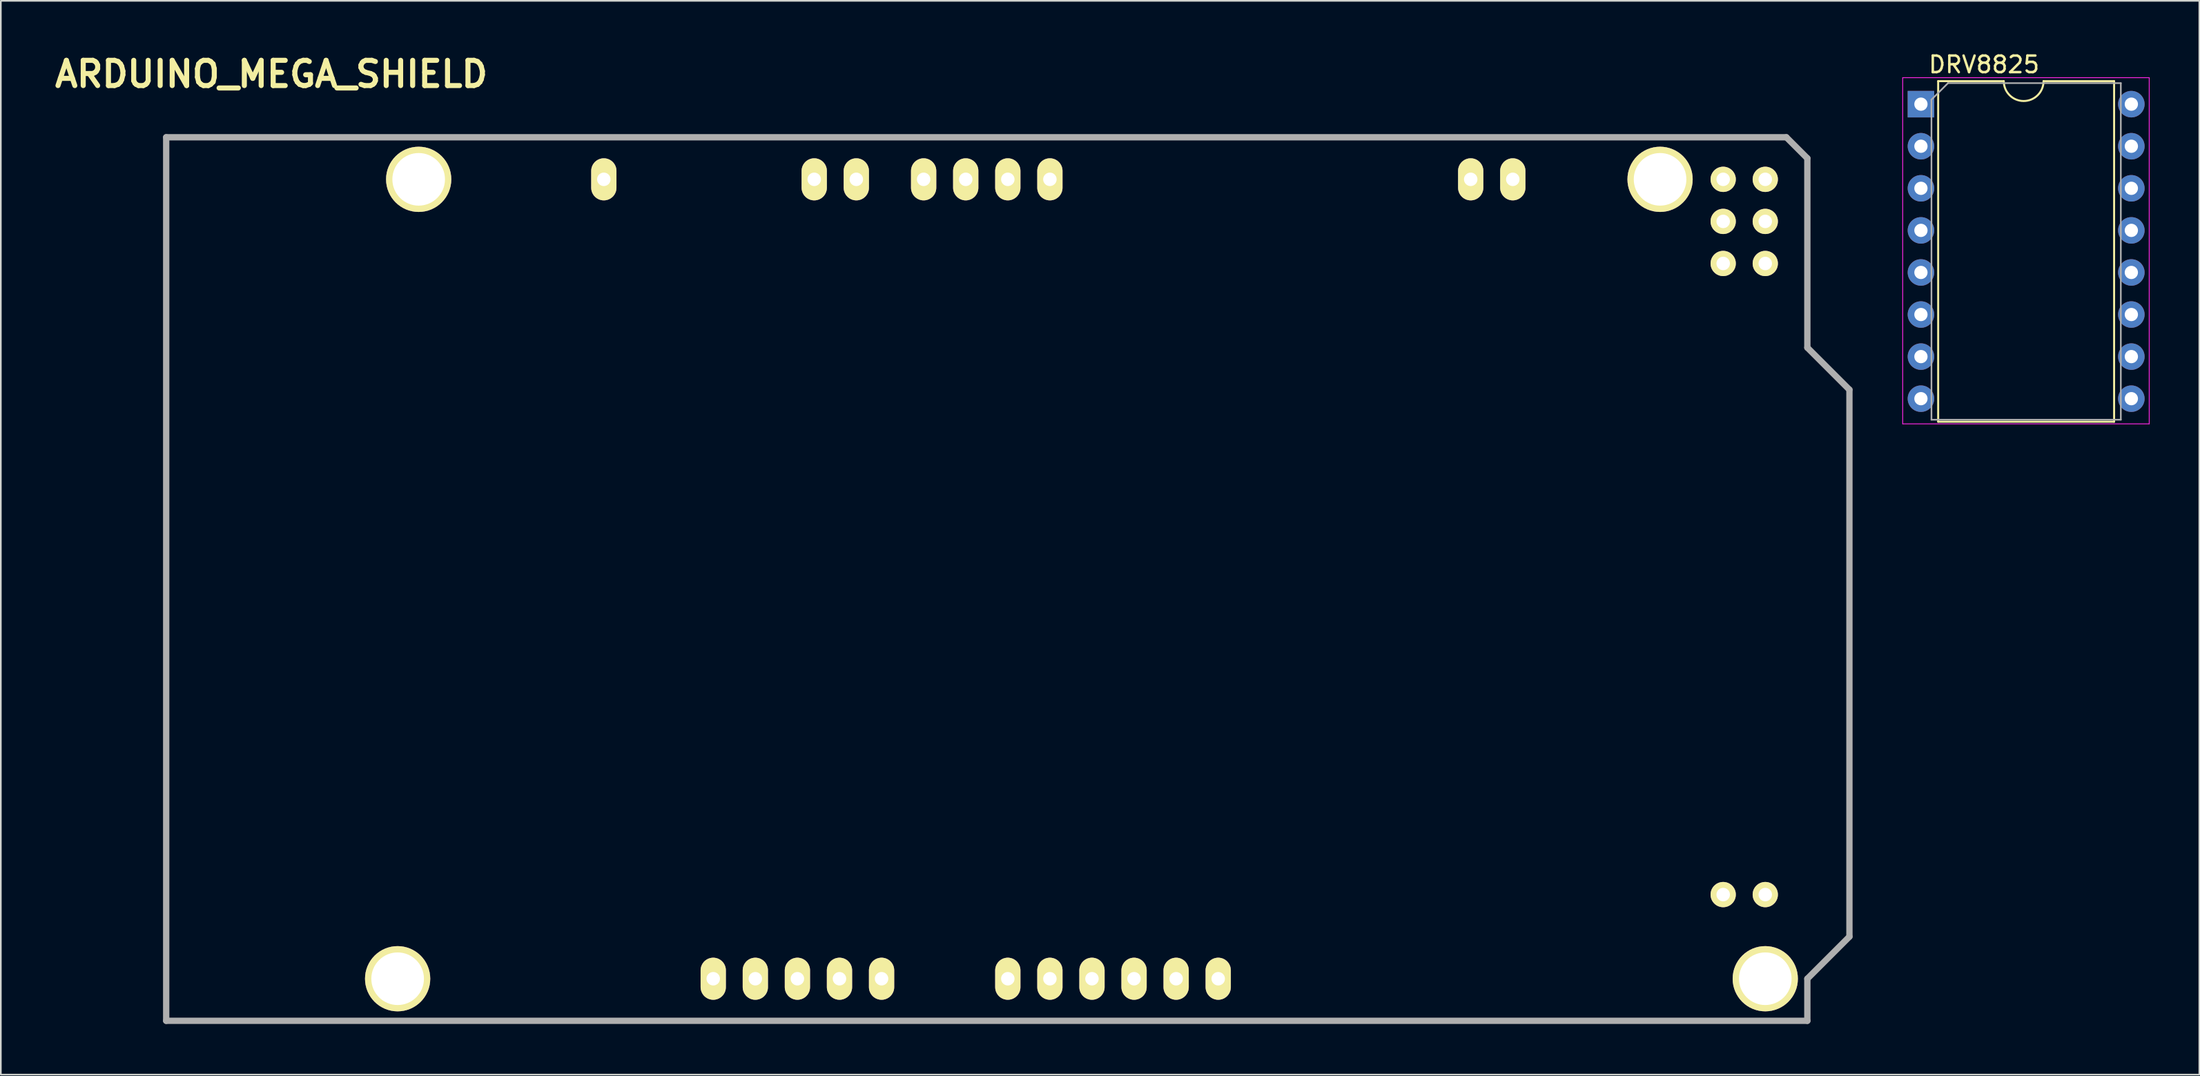
<source format=kicad_pcb>
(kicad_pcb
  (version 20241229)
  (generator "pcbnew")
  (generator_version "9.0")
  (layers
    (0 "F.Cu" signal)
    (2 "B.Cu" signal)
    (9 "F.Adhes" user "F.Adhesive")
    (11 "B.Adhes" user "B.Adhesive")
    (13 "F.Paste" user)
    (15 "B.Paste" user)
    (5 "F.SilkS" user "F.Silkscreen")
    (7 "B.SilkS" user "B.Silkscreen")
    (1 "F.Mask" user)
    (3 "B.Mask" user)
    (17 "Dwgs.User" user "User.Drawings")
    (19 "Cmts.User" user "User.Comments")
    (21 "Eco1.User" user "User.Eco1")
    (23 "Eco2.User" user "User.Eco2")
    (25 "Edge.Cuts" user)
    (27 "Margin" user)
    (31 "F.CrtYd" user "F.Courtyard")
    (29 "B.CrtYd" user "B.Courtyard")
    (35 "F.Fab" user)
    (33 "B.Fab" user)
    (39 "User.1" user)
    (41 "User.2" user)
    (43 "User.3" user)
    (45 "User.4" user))
  (footprint "DRV8825"
    (layer "F.Cu")
    (at 112.897 3.238)
    (property "Reference" "DRV8825" (at 3.81 -2.39 0) (layer "F.SilkS") (effects (font (size 1 1) (thickness 0.15))))
    (attr through_hole)
    (fp_line (start 1.04 -1.39) (end 1.04 19.17) (stroke (width 0.12) (type solid)) (layer "F.SilkS"))
    (fp_line (start 1.04 19.17) (end 11.66 19.17) (stroke (width 0.12) (type solid)) (layer "F.SilkS"))
    (fp_line (start 5 -1.39) (end 1.04 -1.39) (stroke (width 0.12) (type solid)) (layer "F.SilkS"))
    (fp_line (start 11.66 -1.39) (end 7.4 -1.39) (stroke (width 0.12) (type solid)) (layer "F.SilkS"))
    (fp_line (start 11.66 19.17) (end 11.66 -1.39) (stroke (width 0.12) (type solid)) (layer "F.SilkS"))
    (fp_arc (start 7.4 -1.39) (mid 6.2 -0.19) (end 5 -1.39) (stroke (width 0.12) (type solid)) (layer "F.SilkS"))
    (fp_line (start -1.1 -1.6) (end -1.1 19.3) (stroke (width 0.05) (type solid)) (layer "F.CrtYd"))
    (fp_line (start -1.1 19.3) (end 13.78 19.3) (stroke (width 0.05) (type solid)) (layer "F.CrtYd"))
    (fp_line (start 13.78 -1.6) (end -1.1 -1.6) (stroke (width 0.05) (type solid)) (layer "F.CrtYd"))
    (fp_line (start 13.78 19.3) (end 13.78 -1.6) (stroke (width 0.05) (type solid)) (layer "F.CrtYd"))
    (fp_line (start 0.635 -0.27) (end 1.635 -1.27) (stroke (width 0.1) (type solid)) (layer "F.Fab"))
    (fp_line (start 0.635 19.05) (end 0.635 -0.27) (stroke (width 0.1) (type solid)) (layer "F.Fab"))
    (fp_line (start 1.635 -1.27) (end 12.065 -1.27) (stroke (width 0.1) (type solid)) (layer "F.Fab"))
    (fp_line (start 12.065 -1.27) (end 12.065 19.05) (stroke (width 0.1) (type solid)) (layer "F.Fab"))
    (fp_line (start 12.065 19.05) (end 0.635 19.05) (stroke (width 0.1) (type solid)) (layer "F.Fab"))
    (pad "1" thru_hole rect (at 0 0) (size 1.6 1.6) (drill 0.8) (layers "*.Cu" "*.Mask"))
    (pad "2" thru_hole oval (at 0 2.54) (size 1.6 1.6) (drill 0.8) (layers "*.Cu" "*.Mask"))
    (pad "3" thru_hole oval (at 0 5.08) (size 1.6 1.6) (drill 0.8) (layers "*.Cu" "*.Mask"))
    (pad "4" thru_hole oval (at 0 7.62) (size 1.6 1.6) (drill 0.8) (layers "*.Cu" "*.Mask"))
    (pad "5" thru_hole oval (at 0 10.16) (size 1.6 1.6) (drill 0.8) (layers "*.Cu" "*.Mask"))
    (pad "6" thru_hole oval (at 0 12.7) (size 1.6 1.6) (drill 0.8) (layers "*.Cu" "*.Mask"))
    (pad "7" thru_hole oval (at 0 15.24) (size 1.6 1.6) (drill 0.8) (layers "*.Cu" "*.Mask"))
    (pad "8" thru_hole oval (at 0 17.78) (size 1.6 1.6) (drill 0.8) (layers "*.Cu" "*.Mask"))
    (pad "9" thru_hole oval (at 12.7 17.78) (size 1.6 1.6) (drill 0.8) (layers "*.Cu" "*.Mask"))
    (pad "10" thru_hole oval (at 12.7 15.24) (size 1.6 1.6) (drill 0.8) (layers "*.Cu" "*.Mask"))
    (pad "11" thru_hole oval (at 12.7 12.7) (size 1.6 1.6) (drill 0.8) (layers "*.Cu" "*.Mask"))
    (pad "12" thru_hole oval (at 12.7 10.16) (size 1.6 1.6) (drill 0.8) (layers "*.Cu" "*.Mask"))
    (pad "13" thru_hole oval (at 12.7 7.62) (size 1.6 1.6) (drill 0.8) (layers "*.Cu" "*.Mask"))
    (pad "14" thru_hole oval (at 12.7 5.08) (size 1.6 1.6) (drill 0.8) (layers "*.Cu" "*.Mask"))
    (pad "15" thru_hole oval (at 12.7 2.54) (size 1.6 1.6) (drill 0.8) (layers "*.Cu" "*.Mask"))
    (pad "16" thru_hole oval (at 12.7 0) (size 1.6 1.6) (drill 0.8) (layers "*.Cu" "*.Mask")))
  (footprint "ARDUINO_MEGA_SHIELD"
    (layer "F.Cu")
    (at 6.981 58.576)
    (property "Reference" "ARDUINO_MEGA_SHIELD" (at 6.35 -57.15 0) (layer "F.SilkS") (effects (font (size 1.524 1.524) (thickness 0.305))))
    (attr through_hole)
    (fp_line (start 0 0) (end 0 -53.34) (stroke (width 0.381) (type solid)) (layer "F.Fab"))
    (fp_line (start 97.79 -53.34) (end 0 -53.34) (stroke (width 0.381) (type solid)) (layer "F.Fab"))
    (fp_line (start 99.06 -52.07) (end 97.79 -53.34) (stroke (width 0.381) (type solid)) (layer "F.Fab"))
    (fp_line (start 99.06 -40.64) (end 99.06 -52.07) (stroke (width 0.381) (type solid)) (layer "F.Fab"))
    (fp_line (start 99.06 -40.64) (end 101.6 -38.1) (stroke (width 0.381) (type solid)) (layer "F.Fab"))
    (fp_line (start 99.06 -2.54) (end 99.06 0) (stroke (width 0.381) (type solid)) (layer "F.Fab"))
    (fp_line (start 99.06 0) (end 0 0) (stroke (width 0.381) (type solid)) (layer "F.Fab"))
    (fp_line (start 101.6 -38.1) (end 101.6 -5.08) (stroke (width 0.381) (type solid)) (layer "F.Fab"))
    (fp_line (start 101.6 -5.08) (end 99.06 -2.54) (stroke (width 0.381) (type solid)) (layer "F.Fab"))
    (pad "" thru_hole circle (at 13.97 -2.54 90) (size 3.937 3.937) (drill 3.175) (layers "*.Cu" "*.Mask" "F.SilkS"))
    (pad "" thru_hole circle (at 15.24 -50.8 90) (size 3.937 3.937) (drill 3.175) (layers "*.Cu" "*.Mask" "F.SilkS"))
    (pad "" thru_hole circle (at 90.17 -50.8 90) (size 3.937 3.937) (drill 3.175) (layers "*.Cu" "*.Mask" "F.SilkS"))
    (pad "" thru_hole circle (at 96.52 -2.54 90) (size 3.937 3.937) (drill 3.175) (layers "*.Cu" "*.Mask" "F.SilkS"))
    (pad "3V3" thru_hole oval (at 35.56 -2.54 90) (size 2.54 1.524) (drill 0.813) (layers "*.Cu" "*.Mask" "F.SilkS"))
    (pad "4" thru_hole oval (at 53.34 -50.8 90) (size 2.54 1.524) (drill 0.813) (layers "*.Cu" "*.Mask" "F.SilkS"))
    (pad "5" thru_hole oval (at 50.8 -50.8 90) (size 2.54 1.524) (drill 0.813) (layers "*.Cu" "*.Mask" "F.SilkS"))
    (pad "5V" thru_hole oval (at 38.1 -2.54 90) (size 2.54 1.524) (drill 0.813) (layers "*.Cu" "*.Mask" "F.SilkS"))
    (pad "5V_4" thru_hole circle (at 93.98 -50.8) (size 1.524 1.524) (drill 0.813) (layers "*.Cu" "*.Mask" "F.SilkS"))
    (pad "5V_5" thru_hole circle (at 96.52 -50.8) (size 1.524 1.524) (drill 0.813) (layers "*.Cu" "*.Mask" "F.SilkS"))
    (pad "6" thru_hole oval (at 48.26 -50.8 90) (size 2.54 1.524) (drill 0.813) (layers "*.Cu" "*.Mask" "F.SilkS"))
    (pad "7" thru_hole oval (at 45.72 -50.8 90) (size 2.54 1.524) (drill 0.813) (layers "*.Cu" "*.Mask" "F.SilkS"))
    (pad "8" thru_hole oval (at 41.656 -50.8 90) (size 2.54 1.524) (drill 0.813) (layers "*.Cu" "*.Mask" "F.SilkS"))
    (pad "9" thru_hole oval (at 39.116 -50.8 90) (size 2.54 1.524) (drill 0.813) (layers "*.Cu" "*.Mask" "F.SilkS"))
    (pad "18" thru_hole oval (at 78.74 -50.8 90) (size 2.54 1.524) (drill 0.813) (layers "*.Cu" "*.Mask" "F.SilkS"))
    (pad "19" thru_hole oval (at 81.28 -50.8 90) (size 2.54 1.524) (drill 0.813) (layers "*.Cu" "*.Mask" "F.SilkS"))
    (pad "22" thru_hole circle (at 93.98 -48.26) (size 1.524 1.524) (drill 0.813) (layers "*.Cu" "*.Mask" "F.SilkS"))
    (pad "23" thru_hole circle (at 96.52 -48.26) (size 1.524 1.524) (drill 0.813) (layers "*.Cu" "*.Mask" "F.SilkS"))
    (pad "24" thru_hole circle (at 93.98 -45.72) (size 1.524 1.524) (drill 0.813) (layers "*.Cu" "*.Mask" "F.SilkS"))
    (pad "25" thru_hole circle (at 96.52 -45.72) (size 1.524 1.524) (drill 0.813) (layers "*.Cu" "*.Mask" "F.SilkS"))
    (pad "AD0" thru_hole oval (at 50.8 -2.54 90) (size 2.54 1.524) (drill 0.813) (layers "*.Cu" "*.Mask" "F.SilkS"))
    (pad "AD1" thru_hole oval (at 53.34 -2.54 90) (size 2.54 1.524) (drill 0.813) (layers "*.Cu" "*.Mask" "F.SilkS"))
    (pad "AD2" thru_hole oval (at 55.88 -2.54 90) (size 2.54 1.524) (drill 0.813) (layers "*.Cu" "*.Mask" "F.SilkS"))
    (pad "AD3" thru_hole oval (at 58.42 -2.54 90) (size 2.54 1.524) (drill 0.813) (layers "*.Cu" "*.Mask" "F.SilkS"))
    (pad "AD4" thru_hole oval (at 60.96 -2.54 90) (size 2.54 1.524) (drill 0.813) (layers "*.Cu" "*.Mask" "F.SilkS"))
    (pad "AD5" thru_hole oval (at 63.5 -2.54 90) (size 2.54 1.524) (drill 0.813) (layers "*.Cu" "*.Mask" "F.SilkS"))
    (pad "GND1" thru_hole oval (at 40.64 -2.54 90) (size 2.54 1.524) (drill 0.813) (layers "*.Cu" "*.Mask" "F.SilkS"))
    (pad "GND2" thru_hole oval (at 43.18 -2.54 90) (size 2.54 1.524) (drill 0.813) (layers "*.Cu" "*.Mask" "F.SilkS"))
    (pad "GND3" thru_hole oval (at 26.416 -50.8 90) (size 2.54 1.524) (drill 0.813) (layers "*.Cu" "*.Mask" "F.SilkS"))
    (pad "GND4" thru_hole circle (at 93.98 -7.62) (size 1.524 1.524) (drill 0.813) (layers "*.Cu" "*.Mask" "F.SilkS"))
    (pad "GND5" thru_hole circle (at 96.52 -7.62) (size 1.524 1.524) (drill 0.813) (layers "*.Cu" "*.Mask" "F.SilkS"))
    (pad "RST" thru_hole oval (at 33.02 -2.54 90) (size 2.54 1.524) (drill 0.813) (layers "*.Cu" "*.Mask" "F.SilkS")))
  (gr_rect
    (start -3 -3)
    (end 129.702 61.826)
    (stroke (width 0.1) (type default))
    (fill no)
    (layer "Edge.Cuts")))
</source>
